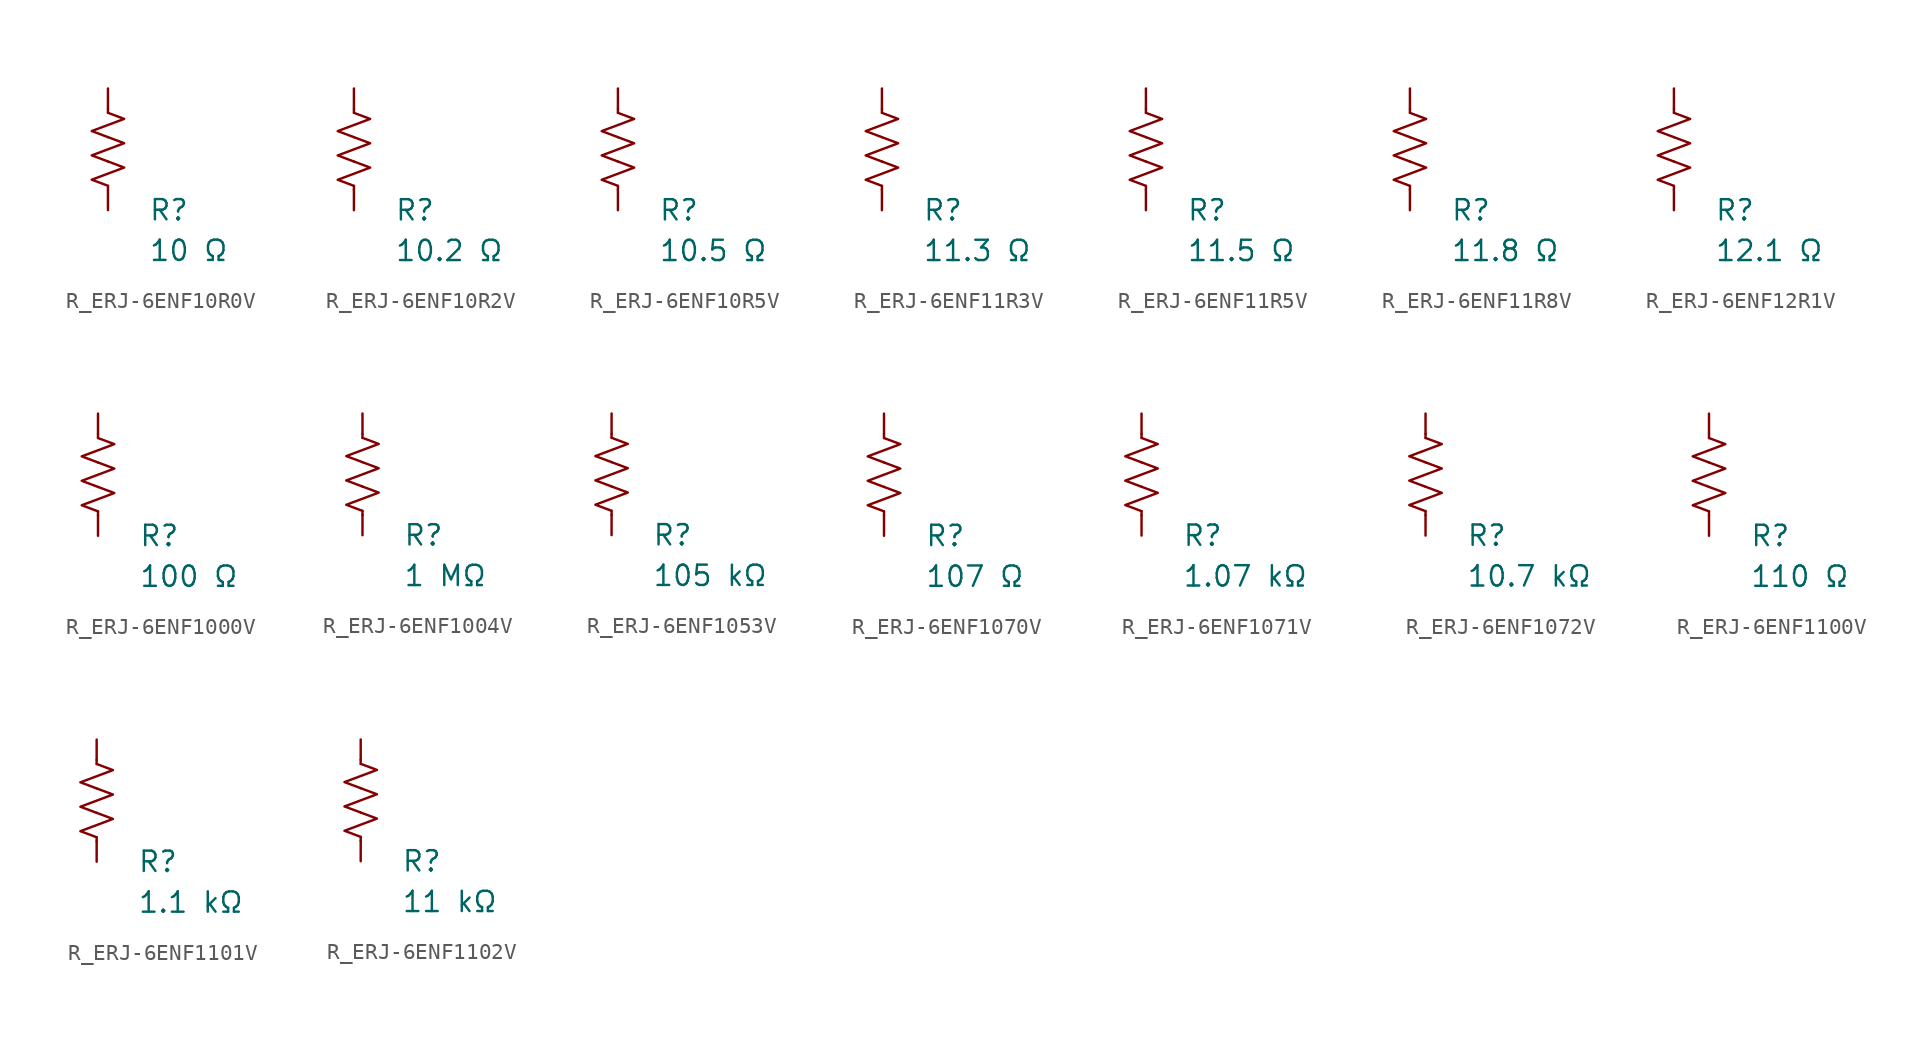
<source format=kicad_sym>
(kicad_symbol_lib
  (version 20231120)
  (generator "kicad_symbol_editor")
  (generator_version "8.0")
  (symbol "R_ERJ-6ENF10R0V"
    (pin_numbers hide)
    (pin_names
      (offset 0))
    (property "Reference" "R"
      (at 2.54 -3.81 0)
      (effects (font (size 1.27 1.27)) (justify left))
      (show_name no))
    (property "Value" "10 Ω"
      (at 2.54 -6.35 0)
      (effects (font (size 1.27 1.27)) (justify left))
      (show_name no))
    (symbol "R_ERJ-6ENF10R0V_0_1"
      (polyline (pts (xy 0 -2.286) (xy 0 -2.54)) (stroke (width 0) (type default)) (fill (type none)))
      (polyline (pts (xy 0 2.286) (xy 0 2.54)) (stroke (width 0) (type default)) (fill (type none)))
      (polyline (pts (xy 0 -0.762) (xy 1.016 -1.143) (xy 0 -1.524) (xy -1.016 -1.905) (xy 0 -2.286)) (stroke (width 0) (type default)) (fill (type none)))
      (polyline (pts (xy 0 0.762) (xy 1.016 0.381) (xy 0 0) (xy -1.016 -0.381) (xy 0 -0.762)) (stroke (width 0) (type default)) (fill (type none)))
      (polyline (pts (xy 0 2.286) (xy 1.016 1.905) (xy 0 1.524) (xy -1.016 1.143) (xy 0 0.762)) (stroke (width 0) (type default)) (fill (type none))))
    (symbol "R_ERJ-6ENF10R0V_1_1"
      (pin passive line (at 0 3.81 270) (length 1.27) (name "~" (effects (font (size 1.27 1.27)))) (number "1" (effects (font (size 1.27 1.27)))))
      (pin passive line (at 0 -3.81 90) (length 1.27) (name "~" (effects (font (size 1.27 1.27)))) (number "2" (effects (font (size 1.27 1.27)))))))
  (symbol "R_ERJ-6ENF10R2V"
    (pin_numbers hide)
    (pin_names
      (offset 0))
    (property "Reference" "R"
      (at 2.54 -3.81 0)
      (effects (font (size 1.27 1.27)) (justify left))
      (show_name no))
    (property "Value" "10.2 Ω"
      (at 2.54 -6.35 0)
      (effects (font (size 1.27 1.27)) (justify left))
      (show_name no))
    (symbol "R_ERJ-6ENF10R2V_0_1"
      (polyline (pts (xy 0 -2.286) (xy 0 -2.54)) (stroke (width 0) (type default)) (fill (type none)))
      (polyline (pts (xy 0 2.286) (xy 0 2.54)) (stroke (width 0) (type default)) (fill (type none)))
      (polyline (pts (xy 0 -0.762) (xy 1.016 -1.143) (xy 0 -1.524) (xy -1.016 -1.905) (xy 0 -2.286)) (stroke (width 0) (type default)) (fill (type none)))
      (polyline (pts (xy 0 0.762) (xy 1.016 0.381) (xy 0 0) (xy -1.016 -0.381) (xy 0 -0.762)) (stroke (width 0) (type default)) (fill (type none)))
      (polyline (pts (xy 0 2.286) (xy 1.016 1.905) (xy 0 1.524) (xy -1.016 1.143) (xy 0 0.762)) (stroke (width 0) (type default)) (fill (type none))))
    (symbol "R_ERJ-6ENF10R2V_1_1"
      (pin passive line (at 0 3.81 270) (length 1.27) (name "~" (effects (font (size 1.27 1.27)))) (number "1" (effects (font (size 1.27 1.27)))))
      (pin passive line (at 0 -3.81 90) (length 1.27) (name "~" (effects (font (size 1.27 1.27)))) (number "2" (effects (font (size 1.27 1.27)))))))
  (symbol "R_ERJ-6ENF10R5V"
    (pin_numbers hide)
    (pin_names
      (offset 0))
    (property "Reference" "R"
      (at 2.54 -3.81 0)
      (effects (font (size 1.27 1.27)) (justify left))
      (show_name no))
    (property "Value" "10.5 Ω"
      (at 2.54 -6.35 0)
      (effects (font (size 1.27 1.27)) (justify left))
      (show_name no))
    (symbol "R_ERJ-6ENF10R5V_0_1"
      (polyline (pts (xy 0 -2.286) (xy 0 -2.54)) (stroke (width 0) (type default)) (fill (type none)))
      (polyline (pts (xy 0 2.286) (xy 0 2.54)) (stroke (width 0) (type default)) (fill (type none)))
      (polyline (pts (xy 0 -0.762) (xy 1.016 -1.143) (xy 0 -1.524) (xy -1.016 -1.905) (xy 0 -2.286)) (stroke (width 0) (type default)) (fill (type none)))
      (polyline (pts (xy 0 0.762) (xy 1.016 0.381) (xy 0 0) (xy -1.016 -0.381) (xy 0 -0.762)) (stroke (width 0) (type default)) (fill (type none)))
      (polyline (pts (xy 0 2.286) (xy 1.016 1.905) (xy 0 1.524) (xy -1.016 1.143) (xy 0 0.762)) (stroke (width 0) (type default)) (fill (type none))))
    (symbol "R_ERJ-6ENF10R5V_1_1"
      (pin passive line (at 0 3.81 270) (length 1.27) (name "~" (effects (font (size 1.27 1.27)))) (number "1" (effects (font (size 1.27 1.27)))))
      (pin passive line (at 0 -3.81 90) (length 1.27) (name "~" (effects (font (size 1.27 1.27)))) (number "2" (effects (font (size 1.27 1.27)))))))
  (symbol "R_ERJ-6ENF11R3V"
    (pin_numbers hide)
    (pin_names
      (offset 0))
    (property "Reference" "R"
      (at 2.54 -3.81 0)
      (effects (font (size 1.27 1.27)) (justify left))
      (show_name no))
    (property "Value" "11.3 Ω"
      (at 2.54 -6.35 0)
      (effects (font (size 1.27 1.27)) (justify left))
      (show_name no))
    (symbol "R_ERJ-6ENF11R3V_0_1"
      (polyline (pts (xy 0 -2.286) (xy 0 -2.54)) (stroke (width 0) (type default)) (fill (type none)))
      (polyline (pts (xy 0 2.286) (xy 0 2.54)) (stroke (width 0) (type default)) (fill (type none)))
      (polyline (pts (xy 0 -0.762) (xy 1.016 -1.143) (xy 0 -1.524) (xy -1.016 -1.905) (xy 0 -2.286)) (stroke (width 0) (type default)) (fill (type none)))
      (polyline (pts (xy 0 0.762) (xy 1.016 0.381) (xy 0 0) (xy -1.016 -0.381) (xy 0 -0.762)) (stroke (width 0) (type default)) (fill (type none)))
      (polyline (pts (xy 0 2.286) (xy 1.016 1.905) (xy 0 1.524) (xy -1.016 1.143) (xy 0 0.762)) (stroke (width 0) (type default)) (fill (type none))))
    (symbol "R_ERJ-6ENF11R3V_1_1"
      (pin passive line (at 0 3.81 270) (length 1.27) (name "~" (effects (font (size 1.27 1.27)))) (number "1" (effects (font (size 1.27 1.27)))))
      (pin passive line (at 0 -3.81 90) (length 1.27) (name "~" (effects (font (size 1.27 1.27)))) (number "2" (effects (font (size 1.27 1.27)))))))
  (symbol "R_ERJ-6ENF11R5V"
    (pin_numbers hide)
    (pin_names
      (offset 0))
    (property "Reference" "R"
      (at 2.54 -3.81 0)
      (effects (font (size 1.27 1.27)) (justify left))
      (show_name no))
    (property "Value" "11.5 Ω"
      (at 2.54 -6.35 0)
      (effects (font (size 1.27 1.27)) (justify left))
      (show_name no))
    (symbol "R_ERJ-6ENF11R5V_0_1"
      (polyline (pts (xy 0 -2.286) (xy 0 -2.54)) (stroke (width 0) (type default)) (fill (type none)))
      (polyline (pts (xy 0 2.286) (xy 0 2.54)) (stroke (width 0) (type default)) (fill (type none)))
      (polyline (pts (xy 0 -0.762) (xy 1.016 -1.143) (xy 0 -1.524) (xy -1.016 -1.905) (xy 0 -2.286)) (stroke (width 0) (type default)) (fill (type none)))
      (polyline (pts (xy 0 0.762) (xy 1.016 0.381) (xy 0 0) (xy -1.016 -0.381) (xy 0 -0.762)) (stroke (width 0) (type default)) (fill (type none)))
      (polyline (pts (xy 0 2.286) (xy 1.016 1.905) (xy 0 1.524) (xy -1.016 1.143) (xy 0 0.762)) (stroke (width 0) (type default)) (fill (type none))))
    (symbol "R_ERJ-6ENF11R5V_1_1"
      (pin passive line (at 0 3.81 270) (length 1.27) (name "~" (effects (font (size 1.27 1.27)))) (number "1" (effects (font (size 1.27 1.27)))))
      (pin passive line (at 0 -3.81 90) (length 1.27) (name "~" (effects (font (size 1.27 1.27)))) (number "2" (effects (font (size 1.27 1.27)))))))
  (symbol "R_ERJ-6ENF11R8V"
    (pin_numbers hide)
    (pin_names
      (offset 0))
    (property "Reference" "R"
      (at 2.54 -3.81 0)
      (effects (font (size 1.27 1.27)) (justify left))
      (show_name no))
    (property "Value" "11.8 Ω"
      (at 2.54 -6.35 0)
      (effects (font (size 1.27 1.27)) (justify left))
      (show_name no))
    (symbol "R_ERJ-6ENF11R8V_0_1"
      (polyline (pts (xy 0 -2.286) (xy 0 -2.54)) (stroke (width 0) (type default)) (fill (type none)))
      (polyline (pts (xy 0 2.286) (xy 0 2.54)) (stroke (width 0) (type default)) (fill (type none)))
      (polyline (pts (xy 0 -0.762) (xy 1.016 -1.143) (xy 0 -1.524) (xy -1.016 -1.905) (xy 0 -2.286)) (stroke (width 0) (type default)) (fill (type none)))
      (polyline (pts (xy 0 0.762) (xy 1.016 0.381) (xy 0 0) (xy -1.016 -0.381) (xy 0 -0.762)) (stroke (width 0) (type default)) (fill (type none)))
      (polyline (pts (xy 0 2.286) (xy 1.016 1.905) (xy 0 1.524) (xy -1.016 1.143) (xy 0 0.762)) (stroke (width 0) (type default)) (fill (type none))))
    (symbol "R_ERJ-6ENF11R8V_1_1"
      (pin passive line (at 0 3.81 270) (length 1.27) (name "~" (effects (font (size 1.27 1.27)))) (number "1" (effects (font (size 1.27 1.27)))))
      (pin passive line (at 0 -3.81 90) (length 1.27) (name "~" (effects (font (size 1.27 1.27)))) (number "2" (effects (font (size 1.27 1.27)))))))
  (symbol "R_ERJ-6ENF12R1V"
    (pin_numbers hide)
    (pin_names
      (offset 0))
    (property "Reference" "R"
      (at 2.54 -3.81 0)
      (effects (font (size 1.27 1.27)) (justify left))
      (show_name no))
    (property "Value" "12.1 Ω"
      (at 2.54 -6.35 0)
      (effects (font (size 1.27 1.27)) (justify left))
      (show_name no))
    (symbol "R_ERJ-6ENF12R1V_0_1"
      (polyline (pts (xy 0 -2.286) (xy 0 -2.54)) (stroke (width 0) (type default)) (fill (type none)))
      (polyline (pts (xy 0 2.286) (xy 0 2.54)) (stroke (width 0) (type default)) (fill (type none)))
      (polyline (pts (xy 0 -0.762) (xy 1.016 -1.143) (xy 0 -1.524) (xy -1.016 -1.905) (xy 0 -2.286)) (stroke (width 0) (type default)) (fill (type none)))
      (polyline (pts (xy 0 0.762) (xy 1.016 0.381) (xy 0 0) (xy -1.016 -0.381) (xy 0 -0.762)) (stroke (width 0) (type default)) (fill (type none)))
      (polyline (pts (xy 0 2.286) (xy 1.016 1.905) (xy 0 1.524) (xy -1.016 1.143) (xy 0 0.762)) (stroke (width 0) (type default)) (fill (type none))))
    (symbol "R_ERJ-6ENF12R1V_1_1"
      (pin passive line (at 0 3.81 270) (length 1.27) (name "~" (effects (font (size 1.27 1.27)))) (number "1" (effects (font (size 1.27 1.27)))))
      (pin passive line (at 0 -3.81 90) (length 1.27) (name "~" (effects (font (size 1.27 1.27)))) (number "2" (effects (font (size 1.27 1.27)))))))
  (symbol "R_ERJ-6ENF1000V"
    (pin_numbers hide)
    (pin_names
      (offset 0))
    (property "Reference" "R"
      (at 2.54 -3.81 0)
      (effects (font (size 1.27 1.27)) (justify left))
      (show_name no))
    (property "Value" "100 Ω"
      (at 2.54 -6.35 0)
      (effects (font (size 1.27 1.27)) (justify left))
      (show_name no))
    (symbol "R_ERJ-6ENF1000V_0_1"
      (polyline (pts (xy 0 -2.286) (xy 0 -2.54)) (stroke (width 0) (type default)) (fill (type none)))
      (polyline (pts (xy 0 2.286) (xy 0 2.54)) (stroke (width 0) (type default)) (fill (type none)))
      (polyline (pts (xy 0 -0.762) (xy 1.016 -1.143) (xy 0 -1.524) (xy -1.016 -1.905) (xy 0 -2.286)) (stroke (width 0) (type default)) (fill (type none)))
      (polyline (pts (xy 0 0.762) (xy 1.016 0.381) (xy 0 0) (xy -1.016 -0.381) (xy 0 -0.762)) (stroke (width 0) (type default)) (fill (type none)))
      (polyline (pts (xy 0 2.286) (xy 1.016 1.905) (xy 0 1.524) (xy -1.016 1.143) (xy 0 0.762)) (stroke (width 0) (type default)) (fill (type none))))
    (symbol "R_ERJ-6ENF1000V_1_1"
      (pin passive line (at 0 3.81 270) (length 1.27) (name "~" (effects (font (size 1.27 1.27)))) (number "1" (effects (font (size 1.27 1.27)))))
      (pin passive line (at 0 -3.81 90) (length 1.27) (name "~" (effects (font (size 1.27 1.27)))) (number "2" (effects (font (size 1.27 1.27)))))))
  (symbol "R_ERJ-6ENF1004V"
    (pin_numbers hide)
    (pin_names
      (offset 0))
    (property "Reference" "R"
      (at 2.54 -3.81 0)
      (effects (font (size 1.27 1.27)) (justify left))
      (show_name no))
    (property "Value" "1 MΩ"
      (at 2.54 -6.35 0)
      (effects (font (size 1.27 1.27)) (justify left))
      (show_name no))
    (symbol "R_ERJ-6ENF1004V_0_1"
      (polyline (pts (xy 0 -2.286) (xy 0 -2.54)) (stroke (width 0) (type default)) (fill (type none)))
      (polyline (pts (xy 0 2.286) (xy 0 2.54)) (stroke (width 0) (type default)) (fill (type none)))
      (polyline (pts (xy 0 -0.762) (xy 1.016 -1.143) (xy 0 -1.524) (xy -1.016 -1.905) (xy 0 -2.286)) (stroke (width 0) (type default)) (fill (type none)))
      (polyline (pts (xy 0 0.762) (xy 1.016 0.381) (xy 0 0) (xy -1.016 -0.381) (xy 0 -0.762)) (stroke (width 0) (type default)) (fill (type none)))
      (polyline (pts (xy 0 2.286) (xy 1.016 1.905) (xy 0 1.524) (xy -1.016 1.143) (xy 0 0.762)) (stroke (width 0) (type default)) (fill (type none))))
    (symbol "R_ERJ-6ENF1004V_1_1"
      (pin passive line (at 0 3.81 270) (length 1.27) (name "~" (effects (font (size 1.27 1.27)))) (number "1" (effects (font (size 1.27 1.27)))))
      (pin passive line (at 0 -3.81 90) (length 1.27) (name "~" (effects (font (size 1.27 1.27)))) (number "2" (effects (font (size 1.27 1.27)))))))
  (symbol "R_ERJ-6ENF1053V"
    (pin_numbers hide)
    (pin_names
      (offset 0))
    (property "Reference" "R"
      (at 2.54 -3.81 0)
      (effects (font (size 1.27 1.27)) (justify left))
      (show_name no))
    (property "Value" "105 kΩ"
      (at 2.54 -6.35 0)
      (effects (font (size 1.27 1.27)) (justify left))
      (show_name no))
    (symbol "R_ERJ-6ENF1053V_0_1"
      (polyline (pts (xy 0 -2.286) (xy 0 -2.54)) (stroke (width 0) (type default)) (fill (type none)))
      (polyline (pts (xy 0 2.286) (xy 0 2.54)) (stroke (width 0) (type default)) (fill (type none)))
      (polyline (pts (xy 0 -0.762) (xy 1.016 -1.143) (xy 0 -1.524) (xy -1.016 -1.905) (xy 0 -2.286)) (stroke (width 0) (type default)) (fill (type none)))
      (polyline (pts (xy 0 0.762) (xy 1.016 0.381) (xy 0 0) (xy -1.016 -0.381) (xy 0 -0.762)) (stroke (width 0) (type default)) (fill (type none)))
      (polyline (pts (xy 0 2.286) (xy 1.016 1.905) (xy 0 1.524) (xy -1.016 1.143) (xy 0 0.762)) (stroke (width 0) (type default)) (fill (type none))))
    (symbol "R_ERJ-6ENF1053V_1_1"
      (pin passive line (at 0 3.81 270) (length 1.27) (name "~" (effects (font (size 1.27 1.27)))) (number "1" (effects (font (size 1.27 1.27)))))
      (pin passive line (at 0 -3.81 90) (length 1.27) (name "~" (effects (font (size 1.27 1.27)))) (number "2" (effects (font (size 1.27 1.27)))))))
  (symbol "R_ERJ-6ENF1070V"
    (pin_numbers hide)
    (pin_names
      (offset 0))
    (property "Reference" "R"
      (at 2.54 -3.81 0)
      (effects (font (size 1.27 1.27)) (justify left))
      (show_name no))
    (property "Value" "107 Ω"
      (at 2.54 -6.35 0)
      (effects (font (size 1.27 1.27)) (justify left))
      (show_name no))
    (symbol "R_ERJ-6ENF1070V_0_1"
      (polyline (pts (xy 0 -2.286) (xy 0 -2.54)) (stroke (width 0) (type default)) (fill (type none)))
      (polyline (pts (xy 0 2.286) (xy 0 2.54)) (stroke (width 0) (type default)) (fill (type none)))
      (polyline (pts (xy 0 -0.762) (xy 1.016 -1.143) (xy 0 -1.524) (xy -1.016 -1.905) (xy 0 -2.286)) (stroke (width 0) (type default)) (fill (type none)))
      (polyline (pts (xy 0 0.762) (xy 1.016 0.381) (xy 0 0) (xy -1.016 -0.381) (xy 0 -0.762)) (stroke (width 0) (type default)) (fill (type none)))
      (polyline (pts (xy 0 2.286) (xy 1.016 1.905) (xy 0 1.524) (xy -1.016 1.143) (xy 0 0.762)) (stroke (width 0) (type default)) (fill (type none))))
    (symbol "R_ERJ-6ENF1070V_1_1"
      (pin passive line (at 0 3.81 270) (length 1.27) (name "~" (effects (font (size 1.27 1.27)))) (number "1" (effects (font (size 1.27 1.27)))))
      (pin passive line (at 0 -3.81 90) (length 1.27) (name "~" (effects (font (size 1.27 1.27)))) (number "2" (effects (font (size 1.27 1.27)))))))
  (symbol "R_ERJ-6ENF1071V"
    (pin_numbers hide)
    (pin_names
      (offset 0))
    (property "Reference" "R"
      (at 2.54 -3.81 0)
      (effects (font (size 1.27 1.27)) (justify left))
      (show_name no))
    (property "Value" "1.07 kΩ"
      (at 2.54 -6.35 0)
      (effects (font (size 1.27 1.27)) (justify left))
      (show_name no))
    (symbol "R_ERJ-6ENF1071V_0_1"
      (polyline (pts (xy 0 -2.286) (xy 0 -2.54)) (stroke (width 0) (type default)) (fill (type none)))
      (polyline (pts (xy 0 2.286) (xy 0 2.54)) (stroke (width 0) (type default)) (fill (type none)))
      (polyline (pts (xy 0 -0.762) (xy 1.016 -1.143) (xy 0 -1.524) (xy -1.016 -1.905) (xy 0 -2.286)) (stroke (width 0) (type default)) (fill (type none)))
      (polyline (pts (xy 0 0.762) (xy 1.016 0.381) (xy 0 0) (xy -1.016 -0.381) (xy 0 -0.762)) (stroke (width 0) (type default)) (fill (type none)))
      (polyline (pts (xy 0 2.286) (xy 1.016 1.905) (xy 0 1.524) (xy -1.016 1.143) (xy 0 0.762)) (stroke (width 0) (type default)) (fill (type none))))
    (symbol "R_ERJ-6ENF1071V_1_1"
      (pin passive line (at 0 3.81 270) (length 1.27) (name "~" (effects (font (size 1.27 1.27)))) (number "1" (effects (font (size 1.27 1.27)))))
      (pin passive line (at 0 -3.81 90) (length 1.27) (name "~" (effects (font (size 1.27 1.27)))) (number "2" (effects (font (size 1.27 1.27)))))))
  (symbol "R_ERJ-6ENF1072V"
    (pin_numbers hide)
    (pin_names
      (offset 0))
    (property "Reference" "R"
      (at 2.54 -3.81 0)
      (effects (font (size 1.27 1.27)) (justify left))
      (show_name no))
    (property "Value" "10.7 kΩ"
      (at 2.54 -6.35 0)
      (effects (font (size 1.27 1.27)) (justify left))
      (show_name no))
    (symbol "R_ERJ-6ENF1072V_0_1"
      (polyline (pts (xy 0 -2.286) (xy 0 -2.54)) (stroke (width 0) (type default)) (fill (type none)))
      (polyline (pts (xy 0 2.286) (xy 0 2.54)) (stroke (width 0) (type default)) (fill (type none)))
      (polyline (pts (xy 0 -0.762) (xy 1.016 -1.143) (xy 0 -1.524) (xy -1.016 -1.905) (xy 0 -2.286)) (stroke (width 0) (type default)) (fill (type none)))
      (polyline (pts (xy 0 0.762) (xy 1.016 0.381) (xy 0 0) (xy -1.016 -0.381) (xy 0 -0.762)) (stroke (width 0) (type default)) (fill (type none)))
      (polyline (pts (xy 0 2.286) (xy 1.016 1.905) (xy 0 1.524) (xy -1.016 1.143) (xy 0 0.762)) (stroke (width 0) (type default)) (fill (type none))))
    (symbol "R_ERJ-6ENF1072V_1_1"
      (pin passive line (at 0 3.81 270) (length 1.27) (name "~" (effects (font (size 1.27 1.27)))) (number "1" (effects (font (size 1.27 1.27)))))
      (pin passive line (at 0 -3.81 90) (length 1.27) (name "~" (effects (font (size 1.27 1.27)))) (number "2" (effects (font (size 1.27 1.27)))))))
  (symbol "R_ERJ-6ENF1100V"
    (pin_numbers hide)
    (pin_names
      (offset 0))
    (property "Reference" "R"
      (at 2.54 -3.81 0)
      (effects (font (size 1.27 1.27)) (justify left))
      (show_name no))
    (property "Value" "110 Ω"
      (at 2.54 -6.35 0)
      (effects (font (size 1.27 1.27)) (justify left))
      (show_name no))
    (symbol "R_ERJ-6ENF1100V_0_1"
      (polyline (pts (xy 0 -2.286) (xy 0 -2.54)) (stroke (width 0) (type default)) (fill (type none)))
      (polyline (pts (xy 0 2.286) (xy 0 2.54)) (stroke (width 0) (type default)) (fill (type none)))
      (polyline (pts (xy 0 -0.762) (xy 1.016 -1.143) (xy 0 -1.524) (xy -1.016 -1.905) (xy 0 -2.286)) (stroke (width 0) (type default)) (fill (type none)))
      (polyline (pts (xy 0 0.762) (xy 1.016 0.381) (xy 0 0) (xy -1.016 -0.381) (xy 0 -0.762)) (stroke (width 0) (type default)) (fill (type none)))
      (polyline (pts (xy 0 2.286) (xy 1.016 1.905) (xy 0 1.524) (xy -1.016 1.143) (xy 0 0.762)) (stroke (width 0) (type default)) (fill (type none))))
    (symbol "R_ERJ-6ENF1100V_1_1"
      (pin passive line (at 0 3.81 270) (length 1.27) (name "~" (effects (font (size 1.27 1.27)))) (number "1" (effects (font (size 1.27 1.27)))))
      (pin passive line (at 0 -3.81 90) (length 1.27) (name "~" (effects (font (size 1.27 1.27)))) (number "2" (effects (font (size 1.27 1.27)))))))
  (symbol "R_ERJ-6ENF1101V"
    (pin_numbers hide)
    (pin_names
      (offset 0))
    (property "Reference" "R"
      (at 2.54 -3.81 0)
      (effects (font (size 1.27 1.27)) (justify left))
      (show_name no))
    (property "Value" "1.1 kΩ"
      (at 2.54 -6.35 0)
      (effects (font (size 1.27 1.27)) (justify left))
      (show_name no))
    (symbol "R_ERJ-6ENF1101V_0_1"
      (polyline (pts (xy 0 -2.286) (xy 0 -2.54)) (stroke (width 0) (type default)) (fill (type none)))
      (polyline (pts (xy 0 2.286) (xy 0 2.54)) (stroke (width 0) (type default)) (fill (type none)))
      (polyline (pts (xy 0 -0.762) (xy 1.016 -1.143) (xy 0 -1.524) (xy -1.016 -1.905) (xy 0 -2.286)) (stroke (width 0) (type default)) (fill (type none)))
      (polyline (pts (xy 0 0.762) (xy 1.016 0.381) (xy 0 0) (xy -1.016 -0.381) (xy 0 -0.762)) (stroke (width 0) (type default)) (fill (type none)))
      (polyline (pts (xy 0 2.286) (xy 1.016 1.905) (xy 0 1.524) (xy -1.016 1.143) (xy 0 0.762)) (stroke (width 0) (type default)) (fill (type none))))
    (symbol "R_ERJ-6ENF1101V_1_1"
      (pin passive line (at 0 3.81 270) (length 1.27) (name "~" (effects (font (size 1.27 1.27)))) (number "1" (effects (font (size 1.27 1.27)))))
      (pin passive line (at 0 -3.81 90) (length 1.27) (name "~" (effects (font (size 1.27 1.27)))) (number "2" (effects (font (size 1.27 1.27)))))))
  (symbol "R_ERJ-6ENF1102V"
    (pin_numbers hide)
    (pin_names
      (offset 0))
    (property "Reference" "R"
      (at 2.54 -3.81 0)
      (effects (font (size 1.27 1.27)) (justify left))
      (show_name no))
    (property "Value" "11 kΩ"
      (at 2.54 -6.35 0)
      (effects (font (size 1.27 1.27)) (justify left))
      (show_name no))
    (symbol "R_ERJ-6ENF1102V_0_1"
      (polyline (pts (xy 0 -2.286) (xy 0 -2.54)) (stroke (width 0) (type default)) (fill (type none)))
      (polyline (pts (xy 0 2.286) (xy 0 2.54)) (stroke (width 0) (type default)) (fill (type none)))
      (polyline (pts (xy 0 -0.762) (xy 1.016 -1.143) (xy 0 -1.524) (xy -1.016 -1.905) (xy 0 -2.286)) (stroke (width 0) (type default)) (fill (type none)))
      (polyline (pts (xy 0 0.762) (xy 1.016 0.381) (xy 0 0) (xy -1.016 -0.381) (xy 0 -0.762)) (stroke (width 0) (type default)) (fill (type none)))
      (polyline (pts (xy 0 2.286) (xy 1.016 1.905) (xy 0 1.524) (xy -1.016 1.143) (xy 0 0.762)) (stroke (width 0) (type default)) (fill (type none))))
    (symbol "R_ERJ-6ENF1102V_1_1"
      (pin passive line (at 0 3.81 270) (length 1.27) (name "~" (effects (font (size 1.27 1.27)))) (number "1" (effects (font (size 1.27 1.27)))))
      (pin passive line (at 0 -3.81 90) (length 1.27) (name "~" (effects (font (size 1.27 1.27)))) (number "2" (effects (font (size 1.27 1.27))))))))
</source>
